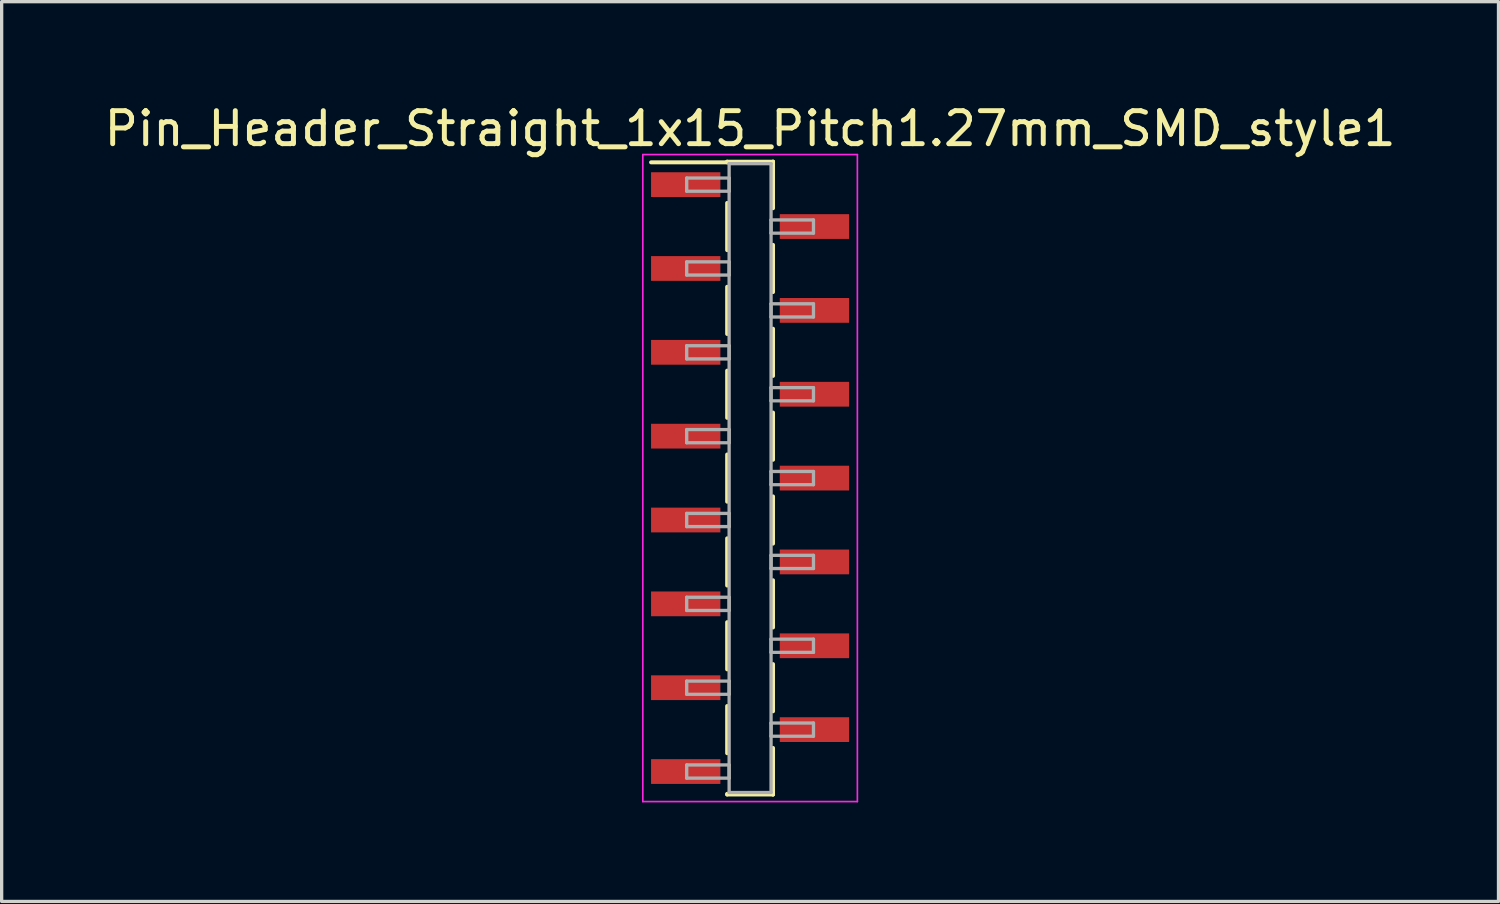
<source format=kicad_pcb>
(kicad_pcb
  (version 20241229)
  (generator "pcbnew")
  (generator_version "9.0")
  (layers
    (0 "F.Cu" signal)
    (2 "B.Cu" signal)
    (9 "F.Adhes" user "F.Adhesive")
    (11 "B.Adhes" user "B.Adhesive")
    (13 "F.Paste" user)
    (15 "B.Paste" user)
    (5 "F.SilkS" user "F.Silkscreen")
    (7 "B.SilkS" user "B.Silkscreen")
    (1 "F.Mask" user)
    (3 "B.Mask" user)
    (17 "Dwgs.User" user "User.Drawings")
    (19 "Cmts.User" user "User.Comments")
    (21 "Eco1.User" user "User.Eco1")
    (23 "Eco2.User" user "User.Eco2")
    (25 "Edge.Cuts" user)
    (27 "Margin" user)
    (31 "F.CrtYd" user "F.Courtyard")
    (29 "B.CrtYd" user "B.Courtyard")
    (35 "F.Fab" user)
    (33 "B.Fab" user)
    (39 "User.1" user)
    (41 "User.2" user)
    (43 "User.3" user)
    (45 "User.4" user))
  (footprint "Pin_Header_Straight_1x15_Pitch1.27mm_SMD_style1"
    (layer "F.Cu")
    (at 19.673 11.433)
    (property "Reference" "Pin_Header_Straight_1x15_Pitch1.27mm_SMD_style1" (at 0 -10.585 0) (layer "F.SilkS") (effects (font (size 1 1) (thickness 0.15))))
    (attr smd)
    (fp_line (start -0.695 -9.585) (end 0.695 -9.585) (stroke (width 0.12) (type solid)) (layer "F.SilkS"))
    (fp_line (start -0.695 -9.565) (end -3 -9.565) (stroke (width 0.12) (type solid)) (layer "F.SilkS"))
    (fp_line (start -0.695 -9.565) (end -0.695 -9.585) (stroke (width 0.12) (type solid)) (layer "F.SilkS"))
    (fp_line (start -0.695 -8.335) (end -0.695 -6.905) (stroke (width 0.12) (type solid)) (layer "F.SilkS"))
    (fp_line (start -0.695 -5.795) (end -0.695 -4.365) (stroke (width 0.12) (type solid)) (layer "F.SilkS"))
    (fp_line (start -0.695 -3.255) (end -0.695 -1.825) (stroke (width 0.12) (type solid)) (layer "F.SilkS"))
    (fp_line (start -0.695 -0.715) (end -0.695 0.715) (stroke (width 0.12) (type solid)) (layer "F.SilkS"))
    (fp_line (start -0.695 1.825) (end -0.695 3.255) (stroke (width 0.12) (type solid)) (layer "F.SilkS"))
    (fp_line (start -0.695 4.365) (end -0.695 5.795) (stroke (width 0.12) (type solid)) (layer "F.SilkS"))
    (fp_line (start -0.695 6.905) (end -0.695 8.335) (stroke (width 0.12) (type solid)) (layer "F.SilkS"))
    (fp_line (start -0.695 9.565) (end -0.695 9.585) (stroke (width 0.12) (type solid)) (layer "F.SilkS"))
    (fp_line (start -0.695 9.585) (end 0.695 9.585) (stroke (width 0.12) (type solid)) (layer "F.SilkS"))
    (fp_line (start 0.695 -9.585) (end 0.695 -9.565) (stroke (width 0.12) (type solid)) (layer "F.SilkS"))
    (fp_line (start 0.695 -9.585) (end 0.695 -8.175) (stroke (width 0.12) (type solid)) (layer "F.SilkS"))
    (fp_line (start 0.695 -7.065) (end 0.695 -5.635) (stroke (width 0.12) (type solid)) (layer "F.SilkS"))
    (fp_line (start 0.695 -4.525) (end 0.695 -3.095) (stroke (width 0.12) (type solid)) (layer "F.SilkS"))
    (fp_line (start 0.695 -1.985) (end 0.695 -0.555) (stroke (width 0.12) (type solid)) (layer "F.SilkS"))
    (fp_line (start 0.695 0.555) (end 0.695 1.985) (stroke (width 0.12) (type solid)) (layer "F.SilkS"))
    (fp_line (start 0.695 3.095) (end 0.695 4.525) (stroke (width 0.12) (type solid)) (layer "F.SilkS"))
    (fp_line (start 0.695 5.635) (end 0.695 7.065) (stroke (width 0.12) (type solid)) (layer "F.SilkS"))
    (fp_line (start 0.695 8.175) (end 0.695 9.585) (stroke (width 0.12) (type solid)) (layer "F.SilkS"))
    (fp_line (start 0.695 9.585) (end 0.695 9.565) (stroke (width 0.12) (type solid)) (layer "F.SilkS"))
    (fp_line (start -3.25 -9.8) (end -3.25 9.8) (stroke (width 0.05) (type solid)) (layer "F.CrtYd"))
    (fp_line (start -3.25 9.8) (end 3.25 9.8) (stroke (width 0.05) (type solid)) (layer "F.CrtYd"))
    (fp_line (start 3.25 -9.8) (end -3.25 -9.8) (stroke (width 0.05) (type solid)) (layer "F.CrtYd"))
    (fp_line (start 3.25 9.8) (end 3.25 -9.8) (stroke (width 0.05) (type solid)) (layer "F.CrtYd"))
    (fp_line (start -1.92 -9.09) (end -0.635 -9.09) (stroke (width 0.1) (type solid)) (layer "F.Fab"))
    (fp_line (start -1.92 -8.69) (end -1.92 -9.09) (stroke (width 0.1) (type solid)) (layer "F.Fab"))
    (fp_line (start -1.92 -6.55) (end -0.635 -6.55) (stroke (width 0.1) (type solid)) (layer "F.Fab"))
    (fp_line (start -1.92 -6.15) (end -1.92 -6.55) (stroke (width 0.1) (type solid)) (layer "F.Fab"))
    (fp_line (start -1.92 -4.01) (end -0.635 -4.01) (stroke (width 0.1) (type solid)) (layer "F.Fab"))
    (fp_line (start -1.92 -3.61) (end -1.92 -4.01) (stroke (width 0.1) (type solid)) (layer "F.Fab"))
    (fp_line (start -1.92 -1.47) (end -0.635 -1.47) (stroke (width 0.1) (type solid)) (layer "F.Fab"))
    (fp_line (start -1.92 -1.07) (end -1.92 -1.47) (stroke (width 0.1) (type solid)) (layer "F.Fab"))
    (fp_line (start -1.92 1.07) (end -0.635 1.07) (stroke (width 0.1) (type solid)) (layer "F.Fab"))
    (fp_line (start -1.92 1.47) (end -1.92 1.07) (stroke (width 0.1) (type solid)) (layer "F.Fab"))
    (fp_line (start -1.92 3.61) (end -0.635 3.61) (stroke (width 0.1) (type solid)) (layer "F.Fab"))
    (fp_line (start -1.92 4.01) (end -1.92 3.61) (stroke (width 0.1) (type solid)) (layer "F.Fab"))
    (fp_line (start -1.92 6.15) (end -0.635 6.15) (stroke (width 0.1) (type solid)) (layer "F.Fab"))
    (fp_line (start -1.92 6.55) (end -1.92 6.15) (stroke (width 0.1) (type solid)) (layer "F.Fab"))
    (fp_line (start -1.92 8.69) (end -0.635 8.69) (stroke (width 0.1) (type solid)) (layer "F.Fab"))
    (fp_line (start -1.92 9.09) (end -1.92 8.69) (stroke (width 0.1) (type solid)) (layer "F.Fab"))
    (fp_line (start -0.635 -9.525) (end -0.635 9.525) (stroke (width 0.1) (type solid)) (layer "F.Fab"))
    (fp_line (start -0.635 -9.09) (end -0.635 -8.69) (stroke (width 0.1) (type solid)) (layer "F.Fab"))
    (fp_line (start -0.635 -8.69) (end -1.92 -8.69) (stroke (width 0.1) (type solid)) (layer "F.Fab"))
    (fp_line (start -0.635 -6.55) (end -0.635 -6.15) (stroke (width 0.1) (type solid)) (layer "F.Fab"))
    (fp_line (start -0.635 -6.15) (end -1.92 -6.15) (stroke (width 0.1) (type solid)) (layer "F.Fab"))
    (fp_line (start -0.635 -4.01) (end -0.635 -3.61) (stroke (width 0.1) (type solid)) (layer "F.Fab"))
    (fp_line (start -0.635 -3.61) (end -1.92 -3.61) (stroke (width 0.1) (type solid)) (layer "F.Fab"))
    (fp_line (start -0.635 -1.47) (end -0.635 -1.07) (stroke (width 0.1) (type solid)) (layer "F.Fab"))
    (fp_line (start -0.635 -1.07) (end -1.92 -1.07) (stroke (width 0.1) (type solid)) (layer "F.Fab"))
    (fp_line (start -0.635 1.07) (end -0.635 1.47) (stroke (width 0.1) (type solid)) (layer "F.Fab"))
    (fp_line (start -0.635 1.47) (end -1.92 1.47) (stroke (width 0.1) (type solid)) (layer "F.Fab"))
    (fp_line (start -0.635 3.61) (end -0.635 4.01) (stroke (width 0.1) (type solid)) (layer "F.Fab"))
    (fp_line (start -0.635 4.01) (end -1.92 4.01) (stroke (width 0.1) (type solid)) (layer "F.Fab"))
    (fp_line (start -0.635 6.15) (end -0.635 6.55) (stroke (width 0.1) (type solid)) (layer "F.Fab"))
    (fp_line (start -0.635 6.55) (end -1.92 6.55) (stroke (width 0.1) (type solid)) (layer "F.Fab"))
    (fp_line (start -0.635 8.69) (end -0.635 9.09) (stroke (width 0.1) (type solid)) (layer "F.Fab"))
    (fp_line (start -0.635 9.09) (end -1.92 9.09) (stroke (width 0.1) (type solid)) (layer "F.Fab"))
    (fp_line (start -0.635 9.525) (end 0.635 9.525) (stroke (width 0.1) (type solid)) (layer "F.Fab"))
    (fp_line (start 0.635 -9.525) (end -0.635 -9.525) (stroke (width 0.1) (type solid)) (layer "F.Fab"))
    (fp_line (start 0.635 -7.82) (end 0.635 -7.42) (stroke (width 0.1) (type solid)) (layer "F.Fab"))
    (fp_line (start 0.635 -7.42) (end 1.92 -7.42) (stroke (width 0.1) (type solid)) (layer "F.Fab"))
    (fp_line (start 0.635 -5.28) (end 0.635 -4.88) (stroke (width 0.1) (type solid)) (layer "F.Fab"))
    (fp_line (start 0.635 -4.88) (end 1.92 -4.88) (stroke (width 0.1) (type solid)) (layer "F.Fab"))
    (fp_line (start 0.635 -2.74) (end 0.635 -2.34) (stroke (width 0.1) (type solid)) (layer "F.Fab"))
    (fp_line (start 0.635 -2.34) (end 1.92 -2.34) (stroke (width 0.1) (type solid)) (layer "F.Fab"))
    (fp_line (start 0.635 -0.2) (end 0.635 0.2) (stroke (width 0.1) (type solid)) (layer "F.Fab"))
    (fp_line (start 0.635 0.2) (end 1.92 0.2) (stroke (width 0.1) (type solid)) (layer "F.Fab"))
    (fp_line (start 0.635 2.34) (end 0.635 2.74) (stroke (width 0.1) (type solid)) (layer "F.Fab"))
    (fp_line (start 0.635 2.74) (end 1.92 2.74) (stroke (width 0.1) (type solid)) (layer "F.Fab"))
    (fp_line (start 0.635 4.88) (end 0.635 5.28) (stroke (width 0.1) (type solid)) (layer "F.Fab"))
    (fp_line (start 0.635 5.28) (end 1.92 5.28) (stroke (width 0.1) (type solid)) (layer "F.Fab"))
    (fp_line (start 0.635 7.42) (end 0.635 7.82) (stroke (width 0.1) (type solid)) (layer "F.Fab"))
    (fp_line (start 0.635 7.82) (end 1.92 7.82) (stroke (width 0.1) (type solid)) (layer "F.Fab"))
    (fp_line (start 0.635 9.525) (end 0.635 -9.525) (stroke (width 0.1) (type solid)) (layer "F.Fab"))
    (fp_line (start 1.92 -7.82) (end 0.635 -7.82) (stroke (width 0.1) (type solid)) (layer "F.Fab"))
    (fp_line (start 1.92 -7.42) (end 1.92 -7.82) (stroke (width 0.1) (type solid)) (layer "F.Fab"))
    (fp_line (start 1.92 -5.28) (end 0.635 -5.28) (stroke (width 0.1) (type solid)) (layer "F.Fab"))
    (fp_line (start 1.92 -4.88) (end 1.92 -5.28) (stroke (width 0.1) (type solid)) (layer "F.Fab"))
    (fp_line (start 1.92 -2.74) (end 0.635 -2.74) (stroke (width 0.1) (type solid)) (layer "F.Fab"))
    (fp_line (start 1.92 -2.34) (end 1.92 -2.74) (stroke (width 0.1) (type solid)) (layer "F.Fab"))
    (fp_line (start 1.92 -0.2) (end 0.635 -0.2) (stroke (width 0.1) (type solid)) (layer "F.Fab"))
    (fp_line (start 1.92 0.2) (end 1.92 -0.2) (stroke (width 0.1) (type solid)) (layer "F.Fab"))
    (fp_line (start 1.92 2.34) (end 0.635 2.34) (stroke (width 0.1) (type solid)) (layer "F.Fab"))
    (fp_line (start 1.92 2.74) (end 1.92 2.34) (stroke (width 0.1) (type solid)) (layer "F.Fab"))
    (fp_line (start 1.92 4.88) (end 0.635 4.88) (stroke (width 0.1) (type solid)) (layer "F.Fab"))
    (fp_line (start 1.92 5.28) (end 1.92 4.88) (stroke (width 0.1) (type solid)) (layer "F.Fab"))
    (fp_line (start 1.92 7.42) (end 0.635 7.42) (stroke (width 0.1) (type solid)) (layer "F.Fab"))
    (fp_line (start 1.92 7.82) (end 1.92 7.42) (stroke (width 0.1) (type solid)) (layer "F.Fab"))
    (pad "1" smd rect (at -1.95 -8.89) (size 2.1 0.75) (layers "F.Cu" "F.Mask"))
    (pad "2" smd rect (at 1.95 -7.62) (size 2.1 0.75) (layers "F.Cu" "F.Mask"))
    (pad "3" smd rect (at -1.95 -6.35) (size 2.1 0.75) (layers "F.Cu" "F.Mask"))
    (pad "4" smd rect (at 1.95 -5.08) (size 2.1 0.75) (layers "F.Cu" "F.Mask"))
    (pad "5" smd rect (at -1.95 -3.81) (size 2.1 0.75) (layers "F.Cu" "F.Mask"))
    (pad "6" smd rect (at 1.95 -2.54) (size 2.1 0.75) (layers "F.Cu" "F.Mask"))
    (pad "7" smd rect (at -1.95 -1.27) (size 2.1 0.75) (layers "F.Cu" "F.Mask"))
    (pad "8" smd rect (at 1.95 0) (size 2.1 0.75) (layers "F.Cu" "F.Mask"))
    (pad "9" smd rect (at -1.95 1.27) (size 2.1 0.75) (layers "F.Cu" "F.Mask"))
    (pad "10" smd rect (at 1.95 2.54) (size 2.1 0.75) (layers "F.Cu" "F.Mask"))
    (pad "11" smd rect (at -1.95 3.81) (size 2.1 0.75) (layers "F.Cu" "F.Mask"))
    (pad "12" smd rect (at 1.95 5.08) (size 2.1 0.75) (layers "F.Cu" "F.Mask"))
    (pad "13" smd rect (at -1.95 6.35) (size 2.1 0.75) (layers "F.Cu" "F.Mask"))
    (pad "14" smd rect (at 1.95 7.62) (size 2.1 0.75) (layers "F.Cu" "F.Mask"))
    (pad "15" smd rect (at -1.95 8.89) (size 2.1 0.75) (layers "F.Cu" "F.Mask")))
  (gr_rect
    (start -3 -3)
    (end 42.345 24.258)
    (stroke (width 0.1) (type default))
    (fill no)
    (layer "Edge.Cuts")))
</source>
